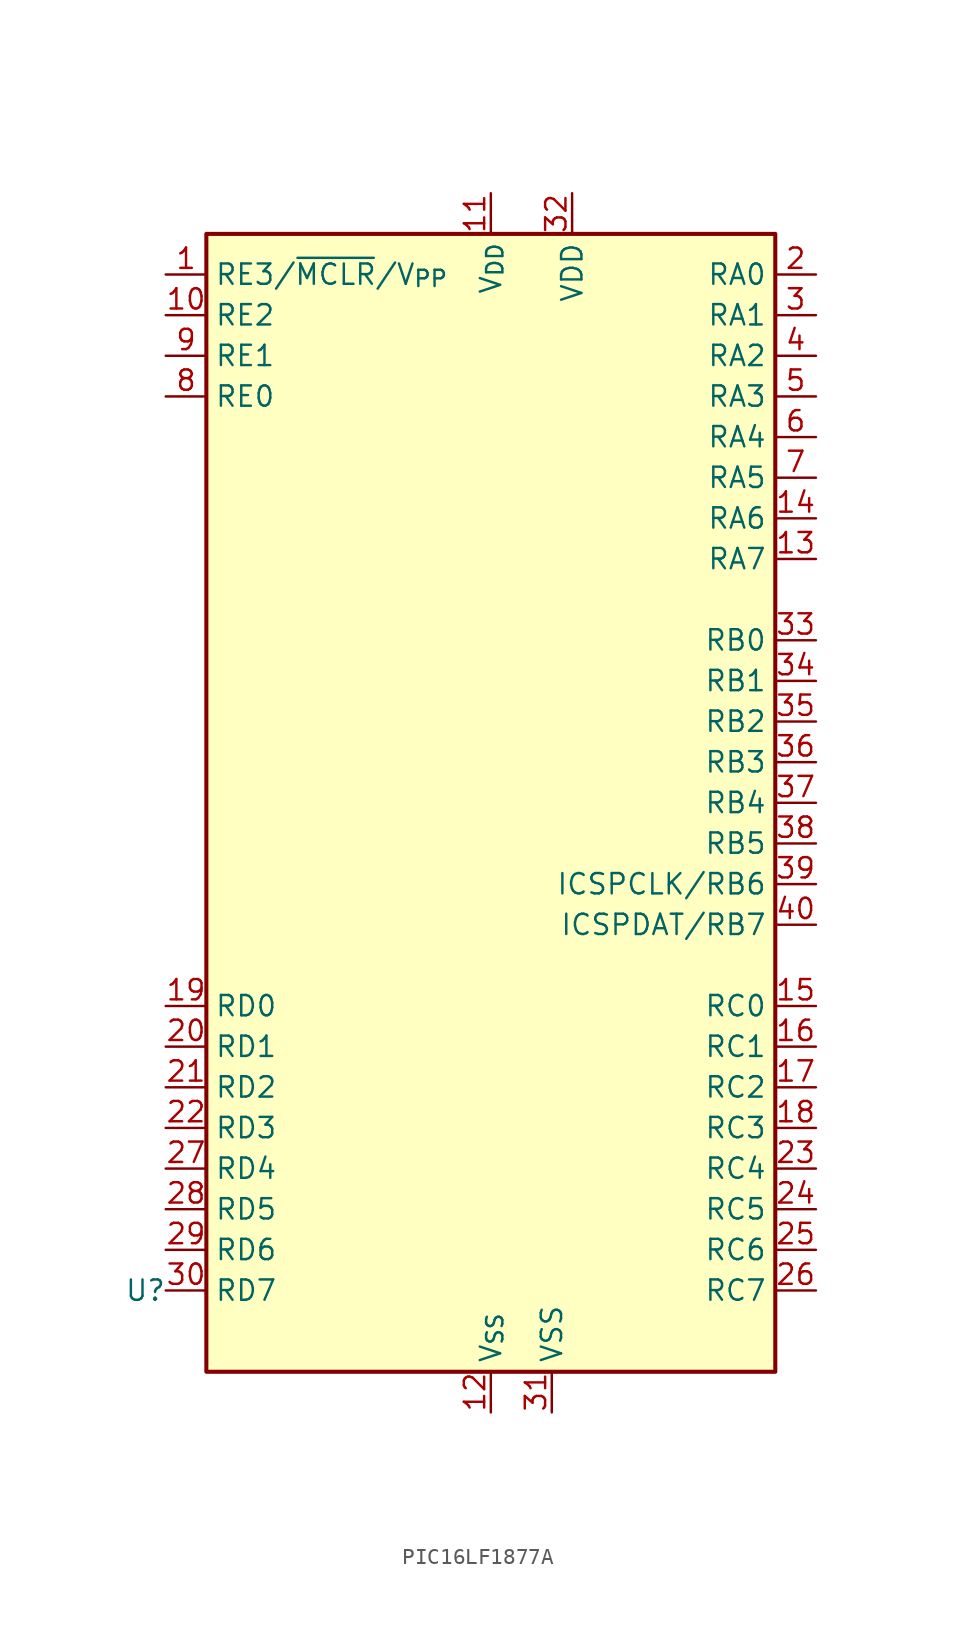
<source format=kicad_sym>
(kicad_symbol_lib
  (version 20220914)
  (generator kicad_symbol_editor)
  (symbol "PIC16LF1877A"
    (property "Reference" "U"
      (at 0 0 0)
      (effects (font (size 1.27 1.27))))
    (property "Value" ""
      (at 0 0 0)
      (effects (font (size 1.27 1.27))))
    (symbol "PIC16LF1877A_0_1"
      (rectangle (start 3.81 66.04) (end 39.37 -5.08) (stroke (width 0.254) (type default)) (fill (type background))))
    (symbol "PIC16LF1877A_1_1"
      (pin input line (at 1.27 63.5 0) (length 2.54) (name "RE3/~{MCLR}/V_{PP}" (effects (font (size 1.27 1.27)))) (number "1" (effects (font (size 1.27 1.27)))))
      (pin bidirectional line (at 1.27 60.96 0) (length 2.54) (name "RE2" (effects (font (size 1.27 1.27)))) (number "10" (effects (font (size 1.27 1.27)))))
      (pin power_in line (at 21.59 68.58 270) (length 2.54) (name "V_{DD}" (effects (font (size 1.27 1.27)))) (number "11" (effects (font (size 1.27 1.27)))))
      (pin power_in line (at 21.59 -7.62 90) (length 2.54) (name "V_{SS}" (effects (font (size 1.27 1.27)))) (number "12" (effects (font (size 1.27 1.27)))))
      (pin bidirectional line (at 41.91 45.72 180) (length 2.54) (name "RA7" (effects (font (size 1.27 1.27)))) (number "13" (effects (font (size 1.27 1.27)))))
      (pin bidirectional line (at 41.91 48.26 180) (length 2.54) (name "RA6" (effects (font (size 1.27 1.27)))) (number "14" (effects (font (size 1.27 1.27)))))
      (pin bidirectional line (at 41.91 17.78 180) (length 2.54) (name "RC0" (effects (font (size 1.27 1.27)))) (number "15" (effects (font (size 1.27 1.27)))))
      (pin bidirectional line (at 41.91 15.24 180) (length 2.54) (name "RC1" (effects (font (size 1.27 1.27)))) (number "16" (effects (font (size 1.27 1.27)))))
      (pin bidirectional line (at 41.91 12.7 180) (length 2.54) (name "RC2" (effects (font (size 1.27 1.27)))) (number "17" (effects (font (size 1.27 1.27)))))
      (pin bidirectional line (at 41.91 10.16 180) (length 2.54) (name "RC3" (effects (font (size 1.27 1.27)))) (number "18" (effects (font (size 1.27 1.27)))))
      (pin bidirectional line (at 1.27 17.78 0) (length 2.54) (name "RD0" (effects (font (size 1.27 1.27)))) (number "19" (effects (font (size 1.27 1.27)))))
      (pin bidirectional line (at 41.91 63.5 180) (length 2.54) (name "RA0" (effects (font (size 1.27 1.27)))) (number "2" (effects (font (size 1.27 1.27)))))
      (pin bidirectional line (at 1.27 15.24 0) (length 2.54) (name "RD1" (effects (font (size 1.27 1.27)))) (number "20" (effects (font (size 1.27 1.27)))))
      (pin bidirectional line (at 1.27 12.7 0) (length 2.54) (name "RD2" (effects (font (size 1.27 1.27)))) (number "21" (effects (font (size 1.27 1.27)))))
      (pin bidirectional line (at 1.27 10.16 0) (length 2.54) (name "RD3" (effects (font (size 1.27 1.27)))) (number "22" (effects (font (size 1.27 1.27)))))
      (pin bidirectional line (at 41.91 7.62 180) (length 2.54) (name "RC4" (effects (font (size 1.27 1.27)))) (number "23" (effects (font (size 1.27 1.27)))))
      (pin bidirectional line (at 41.91 5.08 180) (length 2.54) (name "RC5" (effects (font (size 1.27 1.27)))) (number "24" (effects (font (size 1.27 1.27)))))
      (pin bidirectional line (at 41.91 2.54 180) (length 2.54) (name "RC6" (effects (font (size 1.27 1.27)))) (number "25" (effects (font (size 1.27 1.27)))))
      (pin bidirectional line (at 41.91 0 180) (length 2.54) (name "RC7" (effects (font (size 1.27 1.27)))) (number "26" (effects (font (size 1.27 1.27)))))
      (pin bidirectional line (at 1.27 7.62 0) (length 2.54) (name "RD4" (effects (font (size 1.27 1.27)))) (number "27" (effects (font (size 1.27 1.27)))))
      (pin bidirectional line (at 1.27 5.08 0) (length 2.54) (name "RD5" (effects (font (size 1.27 1.27)))) (number "28" (effects (font (size 1.27 1.27)))))
      (pin bidirectional line (at 1.27 2.54 0) (length 2.54) (name "RD6" (effects (font (size 1.27 1.27)))) (number "29" (effects (font (size 1.27 1.27)))))
      (pin bidirectional line (at 41.91 60.96 180) (length 2.54) (name "RA1" (effects (font (size 1.27 1.27)))) (number "3" (effects (font (size 1.27 1.27)))))
      (pin bidirectional line (at 1.27 0 0) (length 2.54) (name "RD7" (effects (font (size 1.27 1.27)))) (number "30" (effects (font (size 1.27 1.27)))))
      (pin power_in line (at 25.4 -7.62 90) (length 2.54) (name "VSS" (effects (font (size 1.27 1.27)))) (number "31" (effects (font (size 1.27 1.27)))))
      (pin passive line (at 21.59 -7.62 90) (length 2.54) hide (name "V_{SS}" (effects (font (size 1.27 1.27)))) (number "31" (effects (font (size 1.27 1.27)))))
      (pin power_in line (at 26.67 68.58 270) (length 2.54) (name "VDD" (effects (font (size 1.27 1.27)))) (number "32" (effects (font (size 1.27 1.27)))))
      (pin passive line (at 21.59 68.58 270) (length 2.54) hide (name "V_{DD}" (effects (font (size 1.27 1.27)))) (number "32" (effects (font (size 1.27 1.27)))))
      (pin bidirectional line (at 41.91 40.64 180) (length 2.54) (name "RB0" (effects (font (size 1.27 1.27)))) (number "33" (effects (font (size 1.27 1.27)))))
      (pin bidirectional line (at 41.91 38.1 180) (length 2.54) (name "RB1" (effects (font (size 1.27 1.27)))) (number "34" (effects (font (size 1.27 1.27)))))
      (pin bidirectional line (at 41.91 35.56 180) (length 2.54) (name "RB2" (effects (font (size 1.27 1.27)))) (number "35" (effects (font (size 1.27 1.27)))))
      (pin bidirectional line (at 41.91 33.02 180) (length 2.54) (name "RB3" (effects (font (size 1.27 1.27)))) (number "36" (effects (font (size 1.27 1.27)))))
      (pin bidirectional line (at 41.91 30.48 180) (length 2.54) (name "RB4" (effects (font (size 1.27 1.27)))) (number "37" (effects (font (size 1.27 1.27)))))
      (pin bidirectional line (at 41.91 27.94 180) (length 2.54) (name "RB5" (effects (font (size 1.27 1.27)))) (number "38" (effects (font (size 1.27 1.27)))))
      (pin bidirectional line (at 41.91 25.4 180) (length 2.54) (name "ICSPCLK/RB6" (effects (font (size 1.27 1.27)))) (number "39" (effects (font (size 1.27 1.27)))))
      (pin bidirectional line (at 41.91 58.42 180) (length 2.54) (name "RA2" (effects (font (size 1.27 1.27)))) (number "4" (effects (font (size 1.27 1.27)))))
      (pin bidirectional line (at 41.91 22.86 180) (length 2.54) (name "ICSPDAT/RB7" (effects (font (size 1.27 1.27)))) (number "40" (effects (font (size 1.27 1.27)))))
      (pin bidirectional line (at 41.91 55.88 180) (length 2.54) (name "RA3" (effects (font (size 1.27 1.27)))) (number "5" (effects (font (size 1.27 1.27)))))
      (pin bidirectional line (at 41.91 53.34 180) (length 2.54) (name "RA4" (effects (font (size 1.27 1.27)))) (number "6" (effects (font (size 1.27 1.27)))))
      (pin bidirectional line (at 41.91 50.8 180) (length 2.54) (name "RA5" (effects (font (size 1.27 1.27)))) (number "7" (effects (font (size 1.27 1.27)))))
      (pin bidirectional line (at 1.27 55.88 0) (length 2.54) (name "RE0" (effects (font (size 1.27 1.27)))) (number "8" (effects (font (size 1.27 1.27)))))
      (pin bidirectional line (at 1.27 58.42 0) (length 2.54) (name "RE1" (effects (font (size 1.27 1.27)))) (number "9" (effects (font (size 1.27 1.27))))))))
</source>
